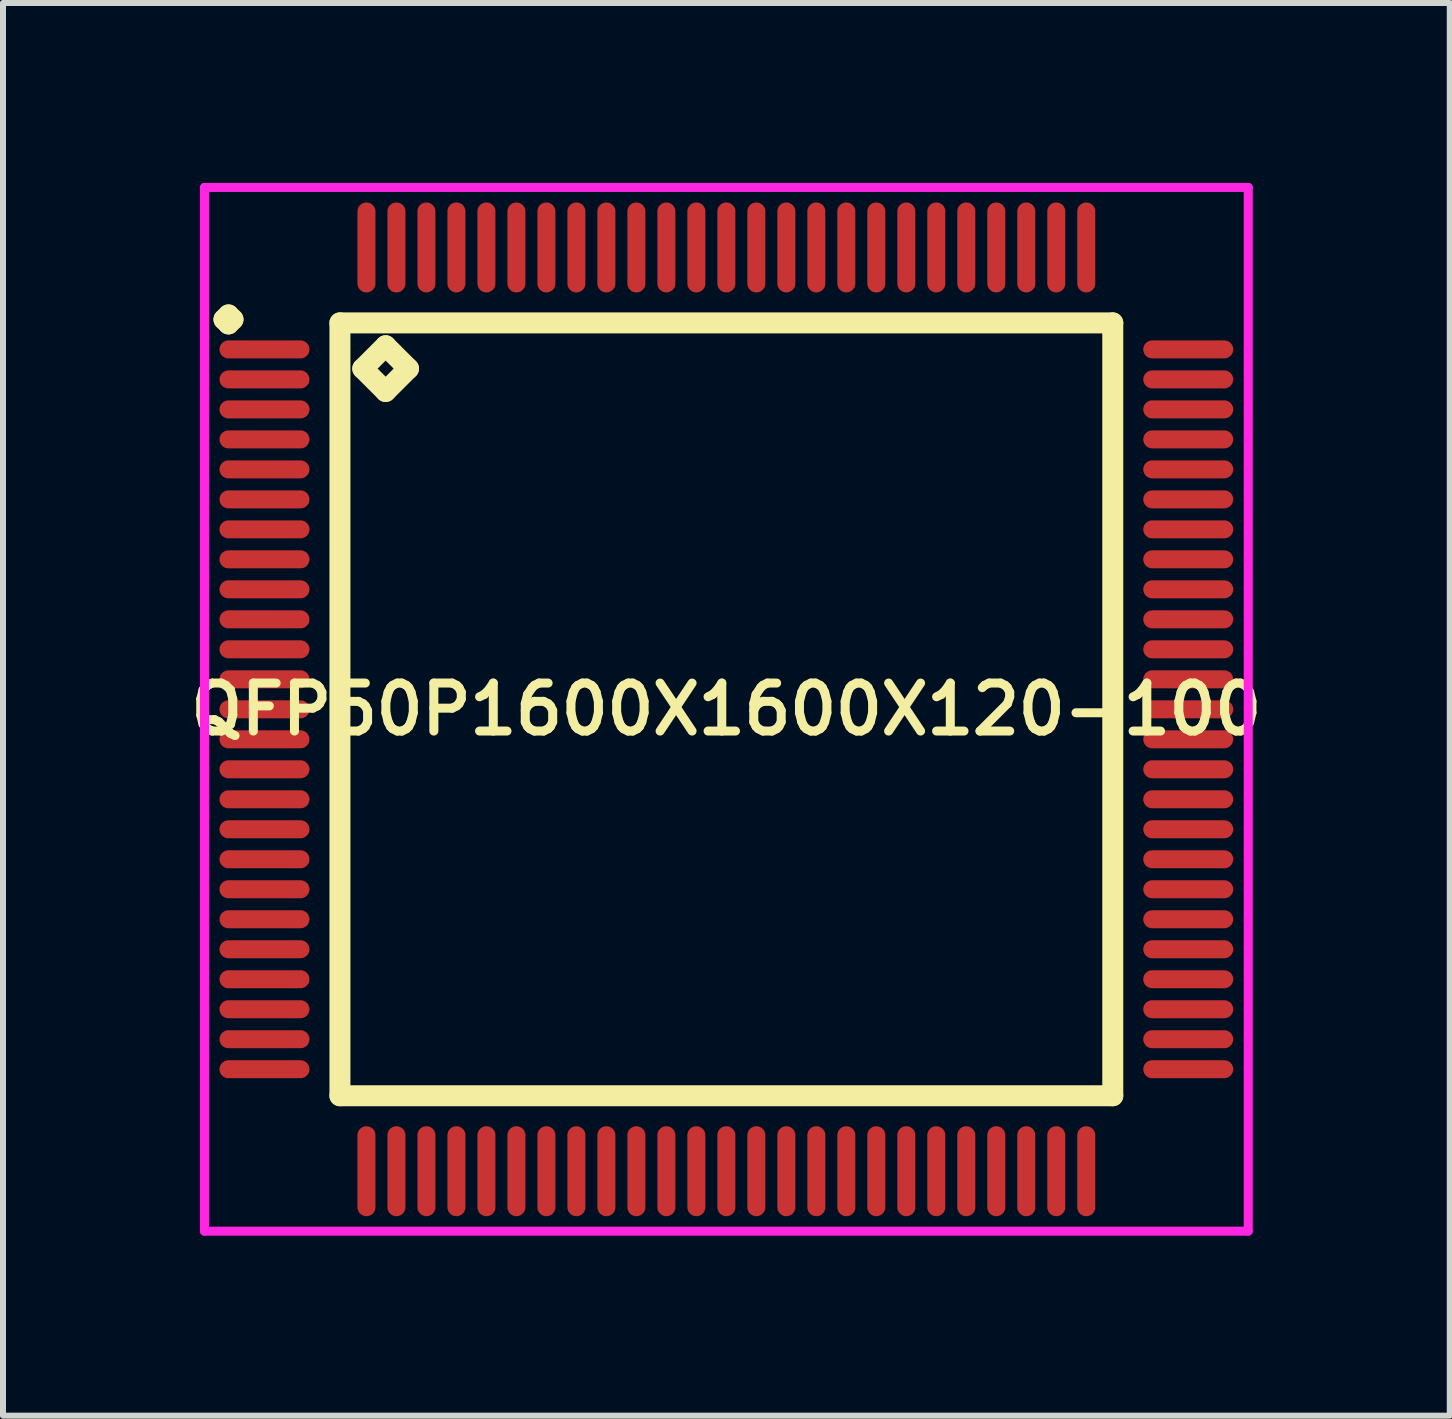
<source format=kicad_pcb>
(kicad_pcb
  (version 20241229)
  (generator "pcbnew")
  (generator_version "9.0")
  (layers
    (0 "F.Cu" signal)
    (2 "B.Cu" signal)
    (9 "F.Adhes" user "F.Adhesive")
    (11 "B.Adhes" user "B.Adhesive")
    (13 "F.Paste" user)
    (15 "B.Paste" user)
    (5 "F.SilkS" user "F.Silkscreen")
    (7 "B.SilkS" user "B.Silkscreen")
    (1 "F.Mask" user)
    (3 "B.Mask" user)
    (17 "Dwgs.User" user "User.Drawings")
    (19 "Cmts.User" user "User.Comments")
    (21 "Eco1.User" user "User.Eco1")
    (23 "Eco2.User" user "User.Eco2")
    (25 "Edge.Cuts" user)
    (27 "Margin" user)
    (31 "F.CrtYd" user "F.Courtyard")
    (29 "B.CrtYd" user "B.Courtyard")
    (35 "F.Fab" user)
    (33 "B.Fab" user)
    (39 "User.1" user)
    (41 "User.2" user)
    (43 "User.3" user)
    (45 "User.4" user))
  (footprint "QFP50P1600X1600X120-100"
    (layer "F.Cu")
    (at 9.059 8.775)
    (property "Reference" "QFP50P1600X1600X120-100" (at 0 0 0) (layer "F.SilkS") (effects (font (size 0.8 0.8) (thickness 0.15))))
    (attr smd)
    (fp_line (start -8.375 -6.5) (end -8.3 -6.575) (stroke (width 0.35) (type solid)) (layer "F.SilkS"))
    (fp_line (start -8.3 -6.575) (end -8.225 -6.5) (stroke (width 0.35) (type solid)) (layer "F.SilkS"))
    (fp_line (start -8.3 -6.425) (end -8.375 -6.5) (stroke (width 0.35) (type solid)) (layer "F.SilkS"))
    (fp_line (start -8.225 -6.5) (end -8.3 -6.425) (stroke (width 0.35) (type solid)) (layer "F.SilkS"))
    (fp_line (start -6.442 -6.442) (end -6.442 6.442) (stroke (width 0.35) (type solid)) (layer "F.SilkS"))
    (fp_line (start -6.442 6.442) (end 6.442 6.442) (stroke (width 0.35) (type solid)) (layer "F.SilkS"))
    (fp_line (start -6.061 -5.68) (end -5.68 -6.061) (stroke (width 0.35) (type solid)) (layer "F.SilkS"))
    (fp_line (start -5.68 -6.061) (end -5.299 -5.68) (stroke (width 0.35) (type solid)) (layer "F.SilkS"))
    (fp_line (start -5.68 -5.299) (end -6.061 -5.68) (stroke (width 0.35) (type solid)) (layer "F.SilkS"))
    (fp_line (start -5.299 -5.68) (end -5.68 -5.299) (stroke (width 0.35) (type solid)) (layer "F.SilkS"))
    (fp_line (start 6.442 -6.442) (end -6.442 -6.442) (stroke (width 0.35) (type solid)) (layer "F.SilkS"))
    (fp_line (start 6.442 6.442) (end 6.442 -6.442) (stroke (width 0.35) (type solid)) (layer "F.SilkS"))
    (fp_line (start -8.7 -8.7) (end 8.7 -8.7) (stroke (width 0.15) (type solid)) (layer "F.CrtYd"))
    (fp_line (start -8.7 8.7) (end -8.7 -8.7) (stroke (width 0.15) (type solid)) (layer "F.CrtYd"))
    (fp_line (start 8.7 -8.7) (end 8.7 8.7) (stroke (width 0.15) (type solid)) (layer "F.CrtYd"))
    (fp_line (start 8.7 8.7) (end -8.7 8.7) (stroke (width 0.15) (type solid)) (layer "F.CrtYd"))
    (pad "1" smd oval (at -7.7 -6) (size 1.5 0.3) (layers "F.Cu" "F.Mask" "F.Paste"))
    (pad "2" smd oval (at -7.7 -5.5) (size 1.5 0.3) (layers "F.Cu" "F.Mask" "F.Paste"))
    (pad "3" smd oval (at -7.7 -5) (size 1.5 0.3) (layers "F.Cu" "F.Mask" "F.Paste"))
    (pad "4" smd oval (at -7.7 -4.5) (size 1.5 0.3) (layers "F.Cu" "F.Mask" "F.Paste"))
    (pad "5" smd oval (at -7.7 -4) (size 1.5 0.3) (layers "F.Cu" "F.Mask" "F.Paste"))
    (pad "6" smd oval (at -7.7 -3.5) (size 1.5 0.3) (layers "F.Cu" "F.Mask" "F.Paste"))
    (pad "7" smd oval (at -7.7 -3) (size 1.5 0.3) (layers "F.Cu" "F.Mask" "F.Paste"))
    (pad "8" smd oval (at -7.7 -2.5) (size 1.5 0.3) (layers "F.Cu" "F.Mask" "F.Paste"))
    (pad "9" smd oval (at -7.7 -2) (size 1.5 0.3) (layers "F.Cu" "F.Mask" "F.Paste"))
    (pad "10" smd oval (at -7.7 -1.5) (size 1.5 0.3) (layers "F.Cu" "F.Mask" "F.Paste"))
    (pad "11" smd oval (at -7.7 -1) (size 1.5 0.3) (layers "F.Cu" "F.Mask" "F.Paste"))
    (pad "12" smd oval (at -7.7 -0.5) (size 1.5 0.3) (layers "F.Cu" "F.Mask" "F.Paste"))
    (pad "13" smd oval (at -7.7 0) (size 1.5 0.3) (layers "F.Cu" "F.Mask" "F.Paste"))
    (pad "14" smd oval (at -7.7 0.5) (size 1.5 0.3) (layers "F.Cu" "F.Mask" "F.Paste"))
    (pad "15" smd oval (at -7.7 1) (size 1.5 0.3) (layers "F.Cu" "F.Mask" "F.Paste"))
    (pad "16" smd oval (at -7.7 1.5) (size 1.5 0.3) (layers "F.Cu" "F.Mask" "F.Paste"))
    (pad "17" smd oval (at -7.7 2) (size 1.5 0.3) (layers "F.Cu" "F.Mask" "F.Paste"))
    (pad "18" smd oval (at -7.7 2.5) (size 1.5 0.3) (layers "F.Cu" "F.Mask" "F.Paste"))
    (pad "19" smd oval (at -7.7 3) (size 1.5 0.3) (layers "F.Cu" "F.Mask" "F.Paste"))
    (pad "20" smd oval (at -7.7 3.5) (size 1.5 0.3) (layers "F.Cu" "F.Mask" "F.Paste"))
    (pad "21" smd oval (at -7.7 4) (size 1.5 0.3) (layers "F.Cu" "F.Mask" "F.Paste"))
    (pad "22" smd oval (at -7.7 4.5) (size 1.5 0.3) (layers "F.Cu" "F.Mask" "F.Paste"))
    (pad "23" smd oval (at -7.7 5) (size 1.5 0.3) (layers "F.Cu" "F.Mask" "F.Paste"))
    (pad "24" smd oval (at -7.7 5.5) (size 1.5 0.3) (layers "F.Cu" "F.Mask" "F.Paste"))
    (pad "25" smd oval (at -7.7 6) (size 1.5 0.3) (layers "F.Cu" "F.Mask" "F.Paste"))
    (pad "26" smd oval (at -6 7.7) (size 0.3 1.5) (layers "F.Cu" "F.Mask" "F.Paste"))
    (pad "27" smd oval (at -5.5 7.7) (size 0.3 1.5) (layers "F.Cu" "F.Mask" "F.Paste"))
    (pad "28" smd oval (at -5 7.7) (size 0.3 1.5) (layers "F.Cu" "F.Mask" "F.Paste"))
    (pad "29" smd oval (at -4.5 7.7) (size 0.3 1.5) (layers "F.Cu" "F.Mask" "F.Paste"))
    (pad "30" smd oval (at -4 7.7) (size 0.3 1.5) (layers "F.Cu" "F.Mask" "F.Paste"))
    (pad "31" smd oval (at -3.5 7.7) (size 0.3 1.5) (layers "F.Cu" "F.Mask" "F.Paste"))
    (pad "32" smd oval (at -3 7.7) (size 0.3 1.5) (layers "F.Cu" "F.Mask" "F.Paste"))
    (pad "33" smd oval (at -2.5 7.7) (size 0.3 1.5) (layers "F.Cu" "F.Mask" "F.Paste"))
    (pad "34" smd oval (at -2 7.7) (size 0.3 1.5) (layers "F.Cu" "F.Mask" "F.Paste"))
    (pad "35" smd oval (at -1.5 7.7) (size 0.3 1.5) (layers "F.Cu" "F.Mask" "F.Paste"))
    (pad "36" smd oval (at -1 7.7) (size 0.3 1.5) (layers "F.Cu" "F.Mask" "F.Paste"))
    (pad "37" smd oval (at -0.5 7.7) (size 0.3 1.5) (layers "F.Cu" "F.Mask" "F.Paste"))
    (pad "38" smd oval (at 0 7.7) (size 0.3 1.5) (layers "F.Cu" "F.Mask" "F.Paste"))
    (pad "39" smd oval (at 0.5 7.7) (size 0.3 1.5) (layers "F.Cu" "F.Mask" "F.Paste"))
    (pad "40" smd oval (at 1 7.7) (size 0.3 1.5) (layers "F.Cu" "F.Mask" "F.Paste"))
    (pad "41" smd oval (at 1.5 7.7) (size 0.3 1.5) (layers "F.Cu" "F.Mask" "F.Paste"))
    (pad "42" smd oval (at 2 7.7) (size 0.3 1.5) (layers "F.Cu" "F.Mask" "F.Paste"))
    (pad "43" smd oval (at 2.5 7.7) (size 0.3 1.5) (layers "F.Cu" "F.Mask" "F.Paste"))
    (pad "44" smd oval (at 3 7.7) (size 0.3 1.5) (layers "F.Cu" "F.Mask" "F.Paste"))
    (pad "45" smd oval (at 3.5 7.7) (size 0.3 1.5) (layers "F.Cu" "F.Mask" "F.Paste"))
    (pad "46" smd oval (at 4 7.7) (size 0.3 1.5) (layers "F.Cu" "F.Mask" "F.Paste"))
    (pad "47" smd oval (at 4.5 7.7) (size 0.3 1.5) (layers "F.Cu" "F.Mask" "F.Paste"))
    (pad "48" smd oval (at 5 7.7) (size 0.3 1.5) (layers "F.Cu" "F.Mask" "F.Paste"))
    (pad "49" smd oval (at 5.5 7.7) (size 0.3 1.5) (layers "F.Cu" "F.Mask" "F.Paste"))
    (pad "50" smd oval (at 6 7.7) (size 0.3 1.5) (layers "F.Cu" "F.Mask" "F.Paste"))
    (pad "51" smd oval (at 7.7 6) (size 1.5 0.3) (layers "F.Cu" "F.Mask" "F.Paste"))
    (pad "52" smd oval (at 7.7 5.5) (size 1.5 0.3) (layers "F.Cu" "F.Mask" "F.Paste"))
    (pad "53" smd oval (at 7.7 5) (size 1.5 0.3) (layers "F.Cu" "F.Mask" "F.Paste"))
    (pad "54" smd oval (at 7.7 4.5) (size 1.5 0.3) (layers "F.Cu" "F.Mask" "F.Paste"))
    (pad "55" smd oval (at 7.7 4) (size 1.5 0.3) (layers "F.Cu" "F.Mask" "F.Paste"))
    (pad "56" smd oval (at 7.7 3.5) (size 1.5 0.3) (layers "F.Cu" "F.Mask" "F.Paste"))
    (pad "57" smd oval (at 7.7 3) (size 1.5 0.3) (layers "F.Cu" "F.Mask" "F.Paste"))
    (pad "58" smd oval (at 7.7 2.5) (size 1.5 0.3) (layers "F.Cu" "F.Mask" "F.Paste"))
    (pad "59" smd oval (at 7.7 2) (size 1.5 0.3) (layers "F.Cu" "F.Mask" "F.Paste"))
    (pad "60" smd oval (at 7.7 1.5) (size 1.5 0.3) (layers "F.Cu" "F.Mask" "F.Paste"))
    (pad "61" smd oval (at 7.7 1) (size 1.5 0.3) (layers "F.Cu" "F.Mask" "F.Paste"))
    (pad "62" smd oval (at 7.7 0.5) (size 1.5 0.3) (layers "F.Cu" "F.Mask" "F.Paste"))
    (pad "63" smd oval (at 7.7 0) (size 1.5 0.3) (layers "F.Cu" "F.Mask" "F.Paste"))
    (pad "64" smd oval (at 7.7 -0.5) (size 1.5 0.3) (layers "F.Cu" "F.Mask" "F.Paste"))
    (pad "65" smd oval (at 7.7 -1) (size 1.5 0.3) (layers "F.Cu" "F.Mask" "F.Paste"))
    (pad "66" smd oval (at 7.7 -1.5) (size 1.5 0.3) (layers "F.Cu" "F.Mask" "F.Paste"))
    (pad "67" smd oval (at 7.7 -2) (size 1.5 0.3) (layers "F.Cu" "F.Mask" "F.Paste"))
    (pad "68" smd oval (at 7.7 -2.5) (size 1.5 0.3) (layers "F.Cu" "F.Mask" "F.Paste"))
    (pad "69" smd oval (at 7.7 -3) (size 1.5 0.3) (layers "F.Cu" "F.Mask" "F.Paste"))
    (pad "70" smd oval (at 7.7 -3.5) (size 1.5 0.3) (layers "F.Cu" "F.Mask" "F.Paste"))
    (pad "71" smd oval (at 7.7 -4) (size 1.5 0.3) (layers "F.Cu" "F.Mask" "F.Paste"))
    (pad "72" smd oval (at 7.7 -4.5) (size 1.5 0.3) (layers "F.Cu" "F.Mask" "F.Paste"))
    (pad "73" smd oval (at 7.7 -5) (size 1.5 0.3) (layers "F.Cu" "F.Mask" "F.Paste"))
    (pad "74" smd oval (at 7.7 -5.5) (size 1.5 0.3) (layers "F.Cu" "F.Mask" "F.Paste"))
    (pad "75" smd oval (at 7.7 -6) (size 1.5 0.3) (layers "F.Cu" "F.Mask" "F.Paste"))
    (pad "76" smd oval (at 6 -7.7) (size 0.3 1.5) (layers "F.Cu" "F.Mask" "F.Paste"))
    (pad "77" smd oval (at 5.5 -7.7) (size 0.3 1.5) (layers "F.Cu" "F.Mask" "F.Paste"))
    (pad "78" smd oval (at 5 -7.7) (size 0.3 1.5) (layers "F.Cu" "F.Mask" "F.Paste"))
    (pad "79" smd oval (at 4.5 -7.7) (size 0.3 1.5) (layers "F.Cu" "F.Mask" "F.Paste"))
    (pad "80" smd oval (at 4 -7.7) (size 0.3 1.5) (layers "F.Cu" "F.Mask" "F.Paste"))
    (pad "81" smd oval (at 3.5 -7.7) (size 0.3 1.5) (layers "F.Cu" "F.Mask" "F.Paste"))
    (pad "82" smd oval (at 3 -7.7) (size 0.3 1.5) (layers "F.Cu" "F.Mask" "F.Paste"))
    (pad "83" smd oval (at 2.5 -7.7) (size 0.3 1.5) (layers "F.Cu" "F.Mask" "F.Paste"))
    (pad "84" smd oval (at 2 -7.7) (size 0.3 1.5) (layers "F.Cu" "F.Mask" "F.Paste"))
    (pad "85" smd oval (at 1.5 -7.7) (size 0.3 1.5) (layers "F.Cu" "F.Mask" "F.Paste"))
    (pad "86" smd oval (at 1 -7.7) (size 0.3 1.5) (layers "F.Cu" "F.Mask" "F.Paste"))
    (pad "87" smd oval (at 0.5 -7.7) (size 0.3 1.5) (layers "F.Cu" "F.Mask" "F.Paste"))
    (pad "88" smd oval (at 0 -7.7) (size 0.3 1.5) (layers "F.Cu" "F.Mask" "F.Paste"))
    (pad "89" smd oval (at -0.5 -7.7) (size 0.3 1.5) (layers "F.Cu" "F.Mask" "F.Paste"))
    (pad "90" smd oval (at -1 -7.7) (size 0.3 1.5) (layers "F.Cu" "F.Mask" "F.Paste"))
    (pad "91" smd oval (at -1.5 -7.7) (size 0.3 1.5) (layers "F.Cu" "F.Mask" "F.Paste"))
    (pad "92" smd oval (at -2 -7.7) (size 0.3 1.5) (layers "F.Cu" "F.Mask" "F.Paste"))
    (pad "93" smd oval (at -2.5 -7.7) (size 0.3 1.5) (layers "F.Cu" "F.Mask" "F.Paste"))
    (pad "94" smd oval (at -3 -7.7) (size 0.3 1.5) (layers "F.Cu" "F.Mask" "F.Paste"))
    (pad "95" smd oval (at -3.5 -7.7) (size 0.3 1.5) (layers "F.Cu" "F.Mask" "F.Paste"))
    (pad "96" smd oval (at -4 -7.7) (size 0.3 1.5) (layers "F.Cu" "F.Mask" "F.Paste"))
    (pad "97" smd oval (at -4.5 -7.7) (size 0.3 1.5) (layers "F.Cu" "F.Mask" "F.Paste"))
    (pad "98" smd oval (at -5 -7.7) (size 0.3 1.5) (layers "F.Cu" "F.Mask" "F.Paste"))
    (pad "99" smd oval (at -5.5 -7.7) (size 0.3 1.5) (layers "F.Cu" "F.Mask" "F.Paste"))
    (pad "100" smd oval (at -6 -7.7) (size 0.3 1.5) (layers "F.Cu" "F.Mask" "F.Paste")))
  (gr_rect
    (start -3 -3)
    (end 21.119 20.55)
    (stroke (width 0.1) (type default))
    (fill no)
    (layer "Edge.Cuts")))
</source>
